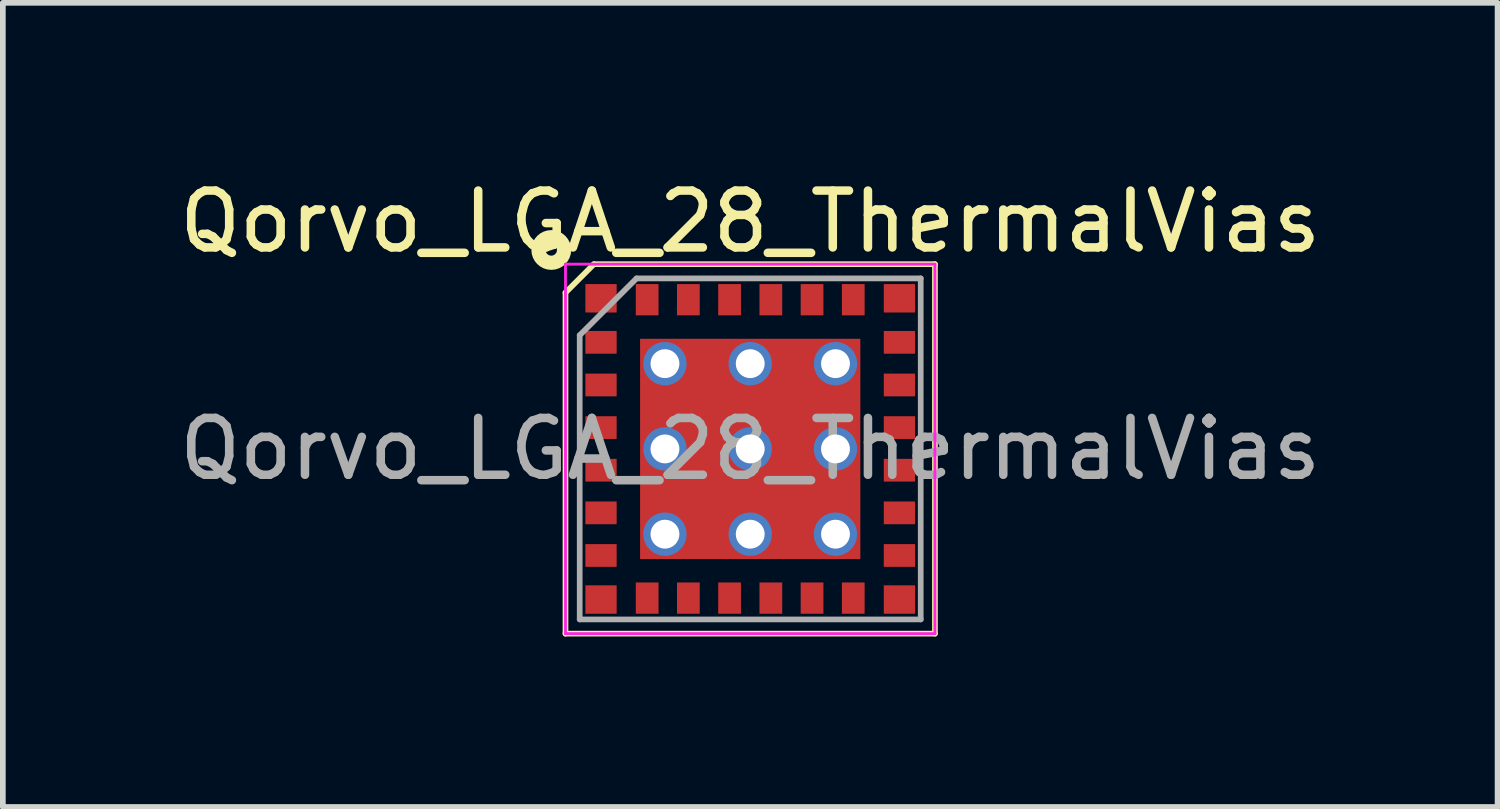
<source format=kicad_pcb>
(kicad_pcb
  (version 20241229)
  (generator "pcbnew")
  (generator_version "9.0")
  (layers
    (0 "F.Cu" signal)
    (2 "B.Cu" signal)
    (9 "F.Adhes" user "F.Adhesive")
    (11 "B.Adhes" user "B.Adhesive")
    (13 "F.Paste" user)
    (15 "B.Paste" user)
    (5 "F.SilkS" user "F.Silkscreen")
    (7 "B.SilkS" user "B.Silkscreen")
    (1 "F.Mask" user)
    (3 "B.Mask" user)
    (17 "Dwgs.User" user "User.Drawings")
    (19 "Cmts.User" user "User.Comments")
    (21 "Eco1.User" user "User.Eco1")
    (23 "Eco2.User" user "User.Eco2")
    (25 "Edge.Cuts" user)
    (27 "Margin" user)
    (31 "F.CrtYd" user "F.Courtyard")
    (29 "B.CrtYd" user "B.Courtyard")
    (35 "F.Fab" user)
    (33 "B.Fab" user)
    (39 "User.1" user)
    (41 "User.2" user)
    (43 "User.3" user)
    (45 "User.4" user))
  (footprint "Qorvo_LGA_28_ThermalVias"
    (layer "F.Cu")
    (at 10.149 4.848)
    (property "Reference" "Qorvo_LGA_28_ThermalVias" (at 0 -4 0) (layer "F.SilkS") (effects (font (size 1 1) (thickness 0.15))))
    (attr through_hole)
    (fp_line (start -3.25 -2.75) (end -2.75 -3.25) (stroke (width 0.1) (type solid)) (layer "F.SilkS"))
    (fp_line (start -3.25 3.25) (end -3.25 -2.75) (stroke (width 0.1) (type solid)) (layer "F.SilkS"))
    (fp_line (start -2.75 -3.25) (end 3.25 -3.25) (stroke (width 0.1) (type solid)) (layer "F.SilkS"))
    (fp_line (start 3.25 -3.25) (end 3.25 3.25) (stroke (width 0.1) (type solid)) (layer "F.SilkS"))
    (fp_line (start 3.25 3.25) (end -3.25 3.25) (stroke (width 0.1) (type solid)) (layer "F.SilkS"))
    (fp_circle (center -3.5 -3.5) (end -3.5 -3.6) (stroke (width 0.25) (type solid)) (fill no) (layer "F.SilkS"))
    (fp_line (start -3.25 -3.25) (end 3.25 -3.25) (stroke (width 0.05) (type solid)) (layer "F.CrtYd"))
    (fp_line (start -3.25 3.25) (end -3.25 -3.25) (stroke (width 0.05) (type solid)) (layer "F.CrtYd"))
    (fp_line (start 3.25 -3.25) (end 3.25 3.25) (stroke (width 0.05) (type solid)) (layer "F.CrtYd"))
    (fp_line (start 3.25 3.25) (end -3.25 3.25) (stroke (width 0.05) (type solid)) (layer "F.CrtYd"))
    (fp_line (start -3 -2) (end -2 -3) (stroke (width 0.1) (type solid)) (layer "F.Fab"))
    (fp_line (start -3 3) (end -3 -2) (stroke (width 0.1) (type solid)) (layer "F.Fab"))
    (fp_line (start -2 -3) (end 3 -3) (stroke (width 0.1) (type solid)) (layer "F.Fab"))
    (fp_line (start 3 -3) (end 3 3) (stroke (width 0.1) (type solid)) (layer "F.Fab"))
    (fp_line (start 3 3) (end -3 3) (stroke (width 0.1) (type solid)) (layer "F.Fab"))
    (fp_text user "${REFERENCE}" (at 0 0 0) (layer "F.Fab") (effects (font (size 1 1) (thickness 0.15))))
    (pad "1" smd rect (at -2.625 -2.65) (size 0.55 0.5) (layers "F.Cu" "F.Mask" "F.Paste"))
    (pad "2" smd rect (at -2.625 -1.875) (size 0.55 0.4) (layers "F.Cu" "F.Mask" "F.Paste"))
    (pad "3" smd rect (at -2.625 -1.125) (size 0.55 0.4) (layers "F.Cu" "F.Mask" "F.Paste"))
    (pad "4" smd rect (at -2.625 -0.375) (size 0.55 0.4) (layers "F.Cu" "F.Mask" "F.Paste"))
    (pad "5" smd rect (at -2.625 0.375) (size 0.55 0.4) (layers "F.Cu" "F.Mask" "F.Paste"))
    (pad "6" smd rect (at -2.625 1.125) (size 0.55 0.4) (layers "F.Cu" "F.Mask" "F.Paste"))
    (pad "7" smd rect (at -2.625 1.875) (size 0.55 0.4) (layers "F.Cu" "F.Mask" "F.Paste"))
    (pad "8" smd rect (at -2.625 2.65) (size 0.55 0.5) (layers "F.Cu" "F.Mask" "F.Paste"))
    (pad "9" smd rect (at -1.813 2.625) (size 0.4 0.55) (layers "F.Cu" "F.Mask" "F.Paste"))
    (pad "10" smd rect (at -1.088 2.625) (size 0.4 0.55) (layers "F.Cu" "F.Mask" "F.Paste"))
    (pad "11" smd rect (at -0.363 2.625) (size 0.4 0.55) (layers "F.Cu" "F.Mask" "F.Paste"))
    (pad "12" smd rect (at 0.363 2.625) (size 0.4 0.55) (layers "F.Cu" "F.Mask" "F.Paste"))
    (pad "13" smd rect (at 1.088 2.625) (size 0.4 0.55) (layers "F.Cu" "F.Mask" "F.Paste"))
    (pad "14" smd rect (at 1.813 2.625) (size 0.4 0.55) (layers "F.Cu" "F.Mask" "F.Paste"))
    (pad "15" smd rect (at 2.625 2.65) (size 0.55 0.5) (layers "F.Cu" "F.Mask" "F.Paste"))
    (pad "16" smd rect (at 2.625 1.875) (size 0.55 0.4) (layers "F.Cu" "F.Mask" "F.Paste"))
    (pad "17" smd rect (at 2.625 1.125) (size 0.55 0.4) (layers "F.Cu" "F.Mask" "F.Paste"))
    (pad "18" smd rect (at 2.625 0.375) (size 0.55 0.4) (layers "F.Cu" "F.Mask" "F.Paste"))
    (pad "19" smd rect (at 2.625 -0.375) (size 0.55 0.4) (layers "F.Cu" "F.Mask" "F.Paste"))
    (pad "20" smd rect (at 2.625 -1.125) (size 0.55 0.4) (layers "F.Cu" "F.Mask" "F.Paste"))
    (pad "21" smd rect (at 2.625 -1.875) (size 0.55 0.4) (layers "F.Cu" "F.Mask" "F.Paste"))
    (pad "22" smd rect (at 2.625 -2.65) (size 0.55 0.5) (layers "F.Cu" "F.Mask" "F.Paste"))
    (pad "23" smd rect (at 1.813 -2.625) (size 0.4 0.55) (layers "F.Cu" "F.Mask" "F.Paste"))
    (pad "24" smd rect (at 1.088 -2.625) (size 0.4 0.55) (layers "F.Cu" "F.Mask" "F.Paste"))
    (pad "25" smd rect (at 0.363 -2.625) (size 0.4 0.55) (layers "F.Cu" "F.Mask" "F.Paste"))
    (pad "26" smd rect (at -0.363 -2.625) (size 0.4 0.55) (layers "F.Cu" "F.Mask" "F.Paste"))
    (pad "27" smd rect (at -1.088 -2.625) (size 0.4 0.55) (layers "F.Cu" "F.Mask" "F.Paste"))
    (pad "28" smd rect (at -1.813 -2.625) (size 0.4 0.55) (layers "F.Cu" "F.Mask" "F.Paste"))
    (pad "29" thru_hole circle (at -1.5 -1.5) (size 0.762 0.762) (drill 0.508) (layers "*.Cu" "B.Mask"))
    (pad "29" thru_hole circle (at -1.5 0) (size 0.762 0.762) (drill 0.508) (layers "*.Cu" "B.Mask"))
    (pad "29" thru_hole circle (at -1.5 1.5) (size 0.762 0.762) (drill 0.508) (layers "*.Cu" "B.Mask"))
    (pad "29" smd rect (at -0.75 0) (size 0.6 3.5) (layers "F.Cu" "F.Mask" "F.Paste"))
    (pad "29" thru_hole circle (at 0 -1.5) (size 0.762 0.762) (drill 0.508) (layers "*.Cu" "B.Mask"))
    (pad "29" smd rect (at 0 -0.75 90) (size 0.6 3.5) (layers "F.Cu" "F.Mask" "F.Paste"))
    (pad "29" thru_hole circle (at 0 0) (size 0.762 0.762) (drill 0.508) (layers "*.Cu" "B.Mask"))
    (pad "29" smd rect (at 0 0) (size 3.875 3.875) (layers "F.Cu"))
    (pad "29" smd rect (at 0 0.75 90) (size 0.6 3.5) (layers "F.Cu" "F.Mask" "F.Paste"))
    (pad "29" thru_hole circle (at 0 1.5) (size 0.762 0.762) (drill 0.508) (layers "*.Cu" "B.Mask"))
    (pad "29" smd rect (at 0.75 0) (size 0.6 3.5) (layers "F.Cu" "F.Mask" "F.Paste"))
    (pad "29" thru_hole circle (at 1.5 -1.5) (size 0.762 0.762) (drill 0.508) (layers "*.Cu" "B.Mask"))
    (pad "29" thru_hole circle (at 1.5 0) (size 0.762 0.762) (drill 0.508) (layers "*.Cu" "B.Mask"))
    (pad "29" thru_hole circle (at 1.5 1.5) (size 0.762 0.762) (drill 0.508) (layers "*.Cu" "B.Mask")))
  (gr_rect
    (start -3 -3)
    (end 23.298 11.148)
    (stroke (width 0.1) (type default))
    (fill no)
    (layer "Edge.Cuts")))
</source>
